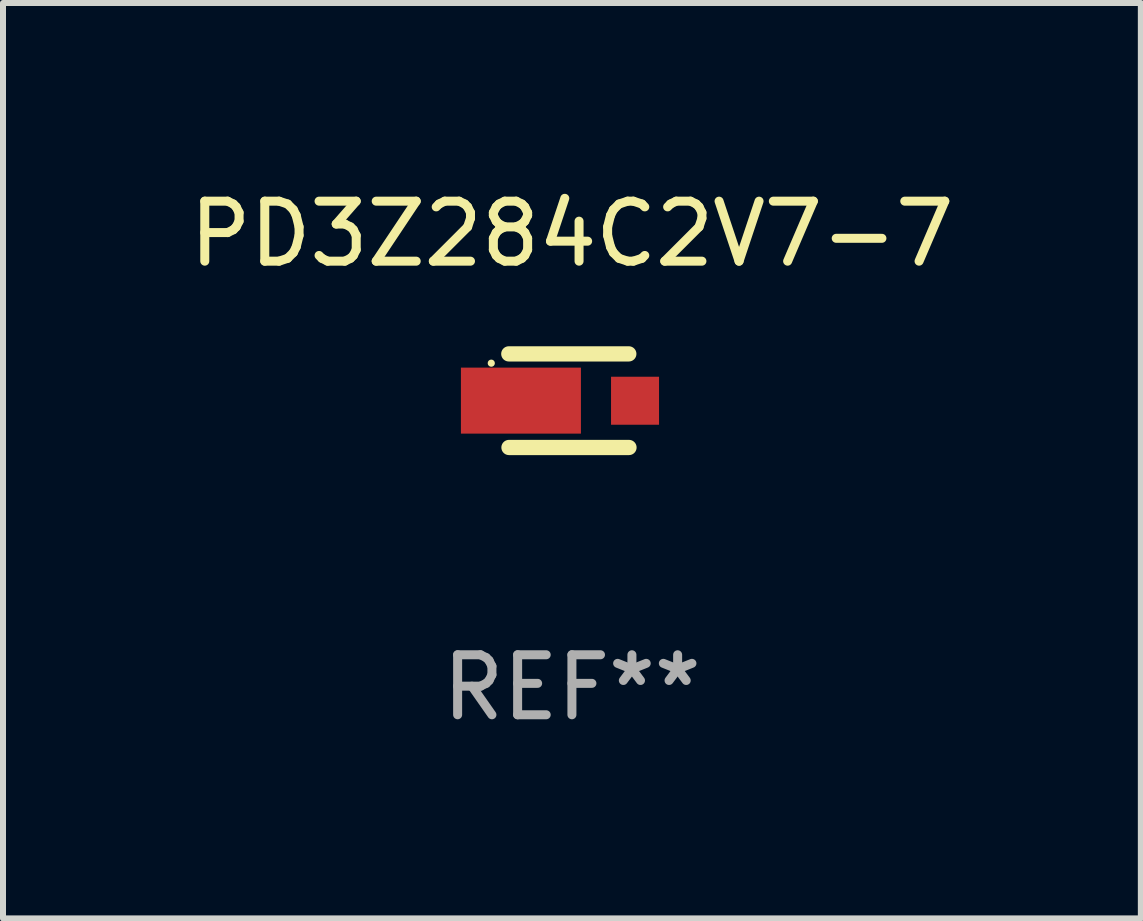
<source format=kicad_pcb>
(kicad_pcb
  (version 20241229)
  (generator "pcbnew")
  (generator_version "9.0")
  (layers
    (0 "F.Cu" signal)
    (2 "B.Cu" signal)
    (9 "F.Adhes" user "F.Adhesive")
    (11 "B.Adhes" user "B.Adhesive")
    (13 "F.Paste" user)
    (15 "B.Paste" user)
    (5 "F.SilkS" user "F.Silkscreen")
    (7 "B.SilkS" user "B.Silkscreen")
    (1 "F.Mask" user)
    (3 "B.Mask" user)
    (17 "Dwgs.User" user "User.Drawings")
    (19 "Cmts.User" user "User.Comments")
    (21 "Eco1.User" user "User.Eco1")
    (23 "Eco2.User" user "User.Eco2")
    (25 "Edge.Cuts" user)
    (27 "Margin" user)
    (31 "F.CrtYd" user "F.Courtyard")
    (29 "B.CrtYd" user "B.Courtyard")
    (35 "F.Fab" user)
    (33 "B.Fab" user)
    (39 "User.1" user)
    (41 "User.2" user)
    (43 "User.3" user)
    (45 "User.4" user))
  (footprint "PD3Z284C2V7-7"
    (layer "F.Cu")
    (at 6.482 3.628)
    (property "Reference" "PD3Z284C2V7-7" (at 0 -2.78 0) (layer "F.SilkS") (effects (font (size 1 1) (thickness 0.15))))
    (attr through_hole)
    (fp_line (start -1.049 0.78) (end 0.951 0.78) (stroke (width 0.254) (type solid)) (layer "F.SilkS"))
    (fp_line (start 0.948 -0.78) (end -1.052 -0.78) (stroke (width 0.254) (type solid)) (layer "F.SilkS"))
    (fp_circle (center -1.344 -0.625) (end -1.314 -0.625) (stroke (width 0.06) (type solid)) (fill no) (layer "F.SilkS"))
    (fp_text user "REF**" (at 0 4.78 0) (layer "F.Fab") (effects (font (size 1 1) (thickness 0.15))))
    (pad "1" smd rect (at -0.85 -0.001) (size 2 1.1) (layers "F.Cu" "F.Mask" "F.Paste"))
    (pad "2" smd rect (at 1.052 0.001) (size 0.8 0.8) (layers "F.Cu" "F.Mask" "F.Paste")))
  (gr_rect
    (start -3 -3)
    (end 15.964 12.257)
    (stroke (width 0.1) (type default))
    (fill no)
    (layer "Edge.Cuts")))
</source>
